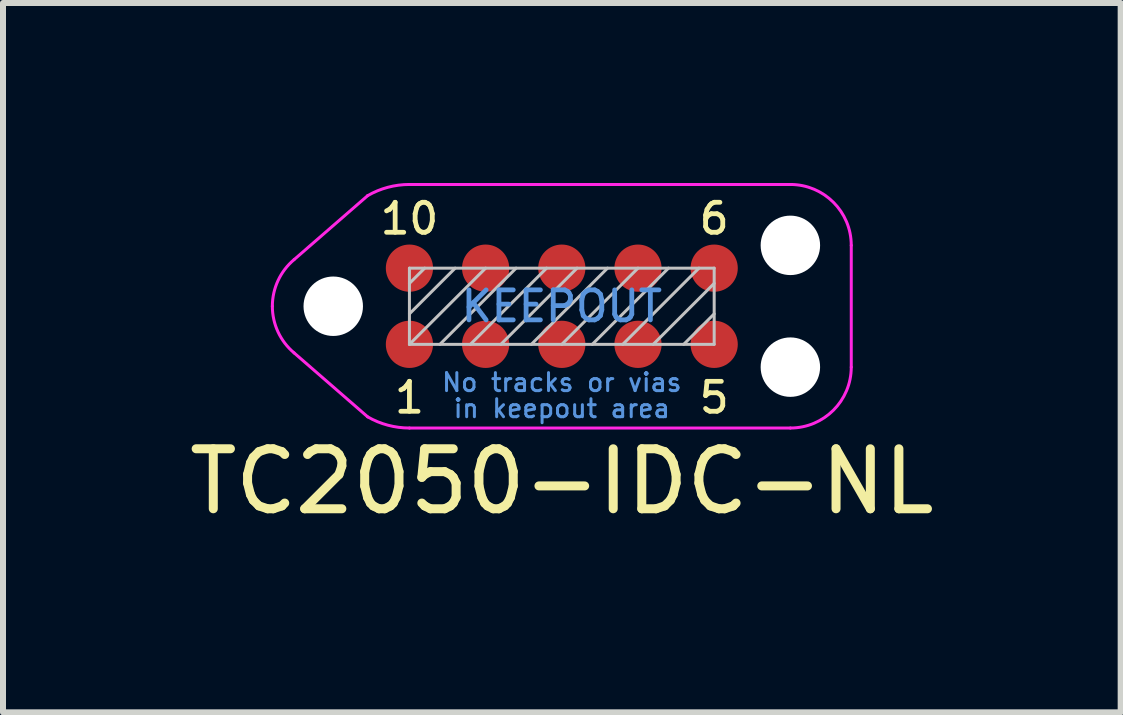
<source format=kicad_pcb>
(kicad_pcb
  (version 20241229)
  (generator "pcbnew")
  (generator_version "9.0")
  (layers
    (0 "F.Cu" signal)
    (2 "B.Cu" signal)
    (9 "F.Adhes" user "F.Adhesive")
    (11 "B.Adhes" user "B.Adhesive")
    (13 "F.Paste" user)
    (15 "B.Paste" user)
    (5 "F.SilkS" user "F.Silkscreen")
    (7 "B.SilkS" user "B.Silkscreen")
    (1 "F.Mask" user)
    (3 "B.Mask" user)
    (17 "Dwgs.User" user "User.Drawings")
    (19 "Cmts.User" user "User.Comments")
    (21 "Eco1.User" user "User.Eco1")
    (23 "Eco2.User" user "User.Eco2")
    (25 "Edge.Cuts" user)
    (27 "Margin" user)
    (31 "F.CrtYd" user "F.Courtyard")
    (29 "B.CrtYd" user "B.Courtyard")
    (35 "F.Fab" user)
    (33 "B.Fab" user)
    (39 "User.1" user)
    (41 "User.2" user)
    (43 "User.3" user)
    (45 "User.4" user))
  (footprint "TC2050-IDC-NL"
    (layer "F.Cu")
    (at 6.315 2.055)
    (property "Reference" "TC2050-IDC-NL" (at 0 2.921 0) (layer "F.SilkS") (effects (font (size 1 1) (thickness 0.15))))
    (attr exclude_from_pos_files exclude_from_bom)
    (fp_line (start -2.54 -0.381) (end -2.286 -0.635) (stroke (width 0.05) (type solid)) (layer "Dwgs.User"))
    (fp_line (start -2.54 0.127) (end -1.778 -0.635) (stroke (width 0.05) (type solid)) (layer "Dwgs.User"))
    (fp_line (start -2.54 0.635) (end -2.54 -0.635) (stroke (width 0.05) (type solid)) (layer "Dwgs.User"))
    (fp_line (start -2.54 0.635) (end -1.27 -0.635) (stroke (width 0.05) (type solid)) (layer "Dwgs.User"))
    (fp_line (start -2.032 0.635) (end -0.762 -0.635) (stroke (width 0.05) (type solid)) (layer "Dwgs.User"))
    (fp_line (start -1.524 0.635) (end -0.254 -0.635) (stroke (width 0.05) (type solid)) (layer "Dwgs.User"))
    (fp_line (start -1.016 0.635) (end 0.254 -0.635) (stroke (width 0.05) (type solid)) (layer "Dwgs.User"))
    (fp_line (start -0.508 0.635) (end 0.762 -0.635) (stroke (width 0.05) (type solid)) (layer "Dwgs.User"))
    (fp_line (start 0 0.635) (end 1.27 -0.635) (stroke (width 0.05) (type solid)) (layer "Dwgs.User"))
    (fp_line (start 0.508 0.635) (end 1.778 -0.635) (stroke (width 0.05) (type solid)) (layer "Dwgs.User"))
    (fp_line (start 1.016 0.635) (end 2.286 -0.635) (stroke (width 0.05) (type solid)) (layer "Dwgs.User"))
    (fp_line (start 1.524 0.635) (end 2.54 -0.381) (stroke (width 0.05) (type solid)) (layer "Dwgs.User"))
    (fp_line (start 2.032 0.635) (end 2.54 0.127) (stroke (width 0.05) (type solid)) (layer "Dwgs.User"))
    (fp_line (start 2.54 -0.635) (end -2.54 -0.635) (stroke (width 0.05) (type solid)) (layer "Dwgs.User"))
    (fp_line (start 2.54 -0.635) (end 2.54 0.635) (stroke (width 0.05) (type solid)) (layer "Dwgs.User"))
    (fp_line (start 2.54 0.635) (end -2.54 0.635) (stroke (width 0.05) (type solid)) (layer "Dwgs.User"))
    (fp_line (start -4.462 0.778) (end -3.237 1.843) (stroke (width 0.05) (type solid)) (layer "F.CrtYd"))
    (fp_line (start -3.237 -1.843) (end -4.462 -0.778) (stroke (width 0.05) (type solid)) (layer "F.CrtYd"))
    (fp_line (start 3.81 -2.03) (end -2.54 -2.03) (stroke (width 0.05) (type solid)) (layer "F.CrtYd"))
    (fp_line (start 3.81 2.03) (end -2.54 2.03) (stroke (width 0.05) (type solid)) (layer "F.CrtYd"))
    (fp_line (start 4.825 -1.015) (end 4.825 1.015) (stroke (width 0.05) (type solid)) (layer "F.CrtYd"))
    (fp_arc (start -4.825 0) (mid -4.729902 -0.428958) (end -4.462429 -0.777535) (stroke (width 0.05) (type solid)) (layer "F.CrtYd"))
    (fp_arc (start -4.462429 0.777535) (mid -4.729902 0.428958) (end -4.825 0) (stroke (width 0.05) (type solid)) (layer "F.CrtYd"))
    (fp_arc (start -3.2375 -1.843105) (mid -2.901053 -1.982466) (end -2.54 -2.03) (stroke (width 0.05) (type solid)) (layer "F.CrtYd"))
    (fp_arc (start -2.54 2.03) (mid -2.901053 1.982466) (end -3.2375 1.843105) (stroke (width 0.05) (type solid)) (layer "F.CrtYd"))
    (fp_arc (start 3.81 -2.03) (mid 4.527713 -1.732713) (end 4.825 -1.015) (stroke (width 0.05) (type solid)) (layer "F.CrtYd"))
    (fp_arc (start 4.825 1.015) (mid 4.527713 1.732713) (end 3.81 2.03) (stroke (width 0.05) (type solid)) (layer "F.CrtYd"))
    (fp_text user "1" (at -2.54 1.524 0) (layer "F.SilkS") (effects (font (size 0.5 0.5) (thickness 0.08))))
    (fp_text user "6" (at 2.54 -1.46 0) (layer "F.SilkS") (effects (font (size 0.5 0.5) (thickness 0.08))))
    (fp_text user "5" (at 2.54 1.524 0) (layer "F.SilkS") (effects (font (size 0.5 0.5) (thickness 0.08))))
    (fp_text user "10" (at -2.54 -1.46 0) (layer "F.SilkS") (effects (font (size 0.5 0.5) (thickness 0.08))))
    (fp_text user "No tracks or vias" (at 0 1.27 0) (layer "Cmts.User") (effects (font (size 0.3 0.3) (thickness 0.05))))
    (fp_text user "KEEPOUT" (at 0 0 0) (layer "Cmts.User") (effects (font (size 0.5 0.5) (thickness 0.08))))
    (fp_text user "in keepout area" (at 0 1.705 0) (layer "Cmts.User") (effects (font (size 0.3 0.3) (thickness 0.05))))
    (pad "" np_thru_hole circle (at -3.81 0) (size 0.991 0.991) (drill 0.991) (layers "*.Cu" "*.Mask"))
    (pad "" np_thru_hole circle (at 3.81 -1.015) (size 0.991 0.991) (drill 0.991) (layers "*.Cu" "*.Mask"))
    (pad "" np_thru_hole circle (at 3.81 1.015) (size 0.991 0.991) (drill 0.991) (layers "*.Cu" "*.Mask"))
    (pad "1" smd circle (at -2.54 0.635) (size 0.787 0.787) (layers "F.Cu" "F.Mask"))
    (pad "2" smd circle (at -1.27 0.635) (size 0.787 0.787) (layers "F.Cu" "F.Mask"))
    (pad "3" smd circle (at 0 0.635) (size 0.787 0.787) (layers "F.Cu" "F.Mask"))
    (pad "4" smd circle (at 1.27 0.635) (size 0.787 0.787) (layers "F.Cu" "F.Mask"))
    (pad "5" smd circle (at 2.54 0.635) (size 0.787 0.787) (layers "F.Cu" "F.Mask"))
    (pad "6" smd circle (at 2.54 -0.635) (size 0.787 0.787) (layers "F.Cu" "F.Mask"))
    (pad "7" smd circle (at 1.27 -0.635) (size 0.787 0.787) (layers "F.Cu" "F.Mask"))
    (pad "8" smd circle (at 0 -0.635) (size 0.787 0.787) (layers "F.Cu" "F.Mask"))
    (pad "9" smd circle (at -1.27 -0.635) (size 0.787 0.787) (layers "F.Cu" "F.Mask"))
    (pad "10" smd circle (at -2.54 -0.635) (size 0.787 0.787) (layers "F.Cu" "F.Mask")))
  (gr_rect
    (start -3 -3)
    (end 15.631 8.824)
    (stroke (width 0.1) (type default))
    (fill no)
    (layer "Edge.Cuts")))
</source>
